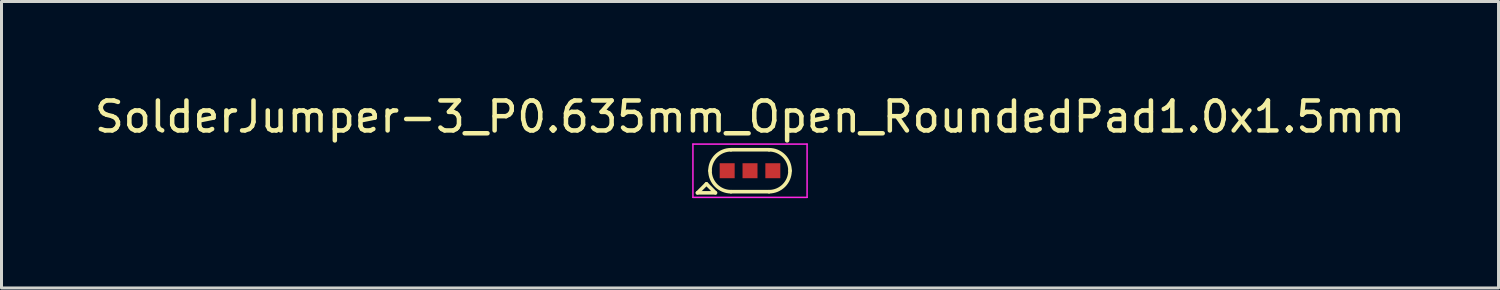
<source format=kicad_pcb>
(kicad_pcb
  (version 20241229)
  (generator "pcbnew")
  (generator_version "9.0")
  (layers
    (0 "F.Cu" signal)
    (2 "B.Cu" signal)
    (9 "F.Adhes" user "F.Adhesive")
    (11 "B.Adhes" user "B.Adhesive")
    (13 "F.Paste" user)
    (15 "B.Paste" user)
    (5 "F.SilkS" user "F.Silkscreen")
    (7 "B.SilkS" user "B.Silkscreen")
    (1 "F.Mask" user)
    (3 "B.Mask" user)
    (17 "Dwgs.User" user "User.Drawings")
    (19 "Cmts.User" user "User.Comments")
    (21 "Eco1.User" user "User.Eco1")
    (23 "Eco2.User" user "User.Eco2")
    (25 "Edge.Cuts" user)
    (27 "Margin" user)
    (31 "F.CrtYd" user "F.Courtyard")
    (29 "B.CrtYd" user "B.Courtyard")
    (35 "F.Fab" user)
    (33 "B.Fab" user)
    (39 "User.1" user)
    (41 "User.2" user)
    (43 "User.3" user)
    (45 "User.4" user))
  (footprint "SolderJumper-3_P0.635mm_Open_RoundedPad1.0x1.5mm"
    (layer "F.Cu")
    (at 21.982 2.648)
    (property "Reference" "SolderJumper-3_P0.635mm_Open_RoundedPad1.0x1.5mm" (at 0 -1.8 0) (layer "F.SilkS") (effects (font (size 1 1) (thickness 0.15))))
    (attr exclude_from_pos_files exclude_from_bom)
    (fp_line (start -1.754 0.738) (end -1.154 0.738) (stroke (width 0.12) (type solid)) (layer "F.SilkS"))
    (fp_line (start -1.454 0.438) (end -1.754 0.738) (stroke (width 0.12) (type solid)) (layer "F.SilkS"))
    (fp_line (start -1.454 0.438) (end -1.154 0.738) (stroke (width 0.12) (type solid)) (layer "F.SilkS"))
    (fp_line (start -0.635 -0.7) (end 0.635 -0.7) (stroke (width 0.12) (type solid)) (layer "F.SilkS"))
    (fp_line (start 0.635 0.7) (end -0.635 0.7) (stroke (width 0.12) (type solid)) (layer "F.SilkS"))
    (fp_arc (start -1.335 0) (mid -1.129975 -0.494975) (end -0.635 -0.7) (stroke (width 0.12) (type solid)) (layer "F.SilkS"))
    (fp_arc (start -0.635 0.7) (mid -1.129975 0.494975) (end -1.335 0) (stroke (width 0.12) (type solid)) (layer "F.SilkS"))
    (fp_arc (start 0.635 -0.7) (mid 1.129975 -0.494975) (end 1.335 0) (stroke (width 0.12) (type solid)) (layer "F.SilkS"))
    (fp_arc (start 1.335 0) (mid 1.129975 0.494975) (end 0.635 0.7) (stroke (width 0.12) (type solid)) (layer "F.SilkS"))
    (fp_line (start -1.905 -0.889) (end -1.905 0.889) (stroke (width 0.05) (type solid)) (layer "F.CrtYd"))
    (fp_line (start -1.905 -0.889) (end 1.905 -0.889) (stroke (width 0.05) (type solid)) (layer "F.CrtYd"))
    (fp_line (start 1.905 0.889) (end -1.905 0.889) (stroke (width 0.05) (type solid)) (layer "F.CrtYd"))
    (fp_line (start 1.905 0.889) (end 1.905 -0.889) (stroke (width 0.05) (type solid)) (layer "F.CrtYd"))
    (pad "1" connect rect (at -0.762 0) (size 0.5 0.5) (layers "F.Cu" "F.Mask"))
    (pad "2" connect rect (at 0 0) (size 0.5 0.5) (layers "F.Cu" "F.Mask"))
    (pad "3" connect custom (at 0.762 0) (size 0.5 0.5) (layers "F.Cu" "F.Mask") (options (anchor rect)) (primitives)))
  (gr_rect
    (start -3 -3)
    (end 46.964 6.562)
    (stroke (width 0.1) (type default))
    (fill no)
    (layer "Edge.Cuts")))
</source>
